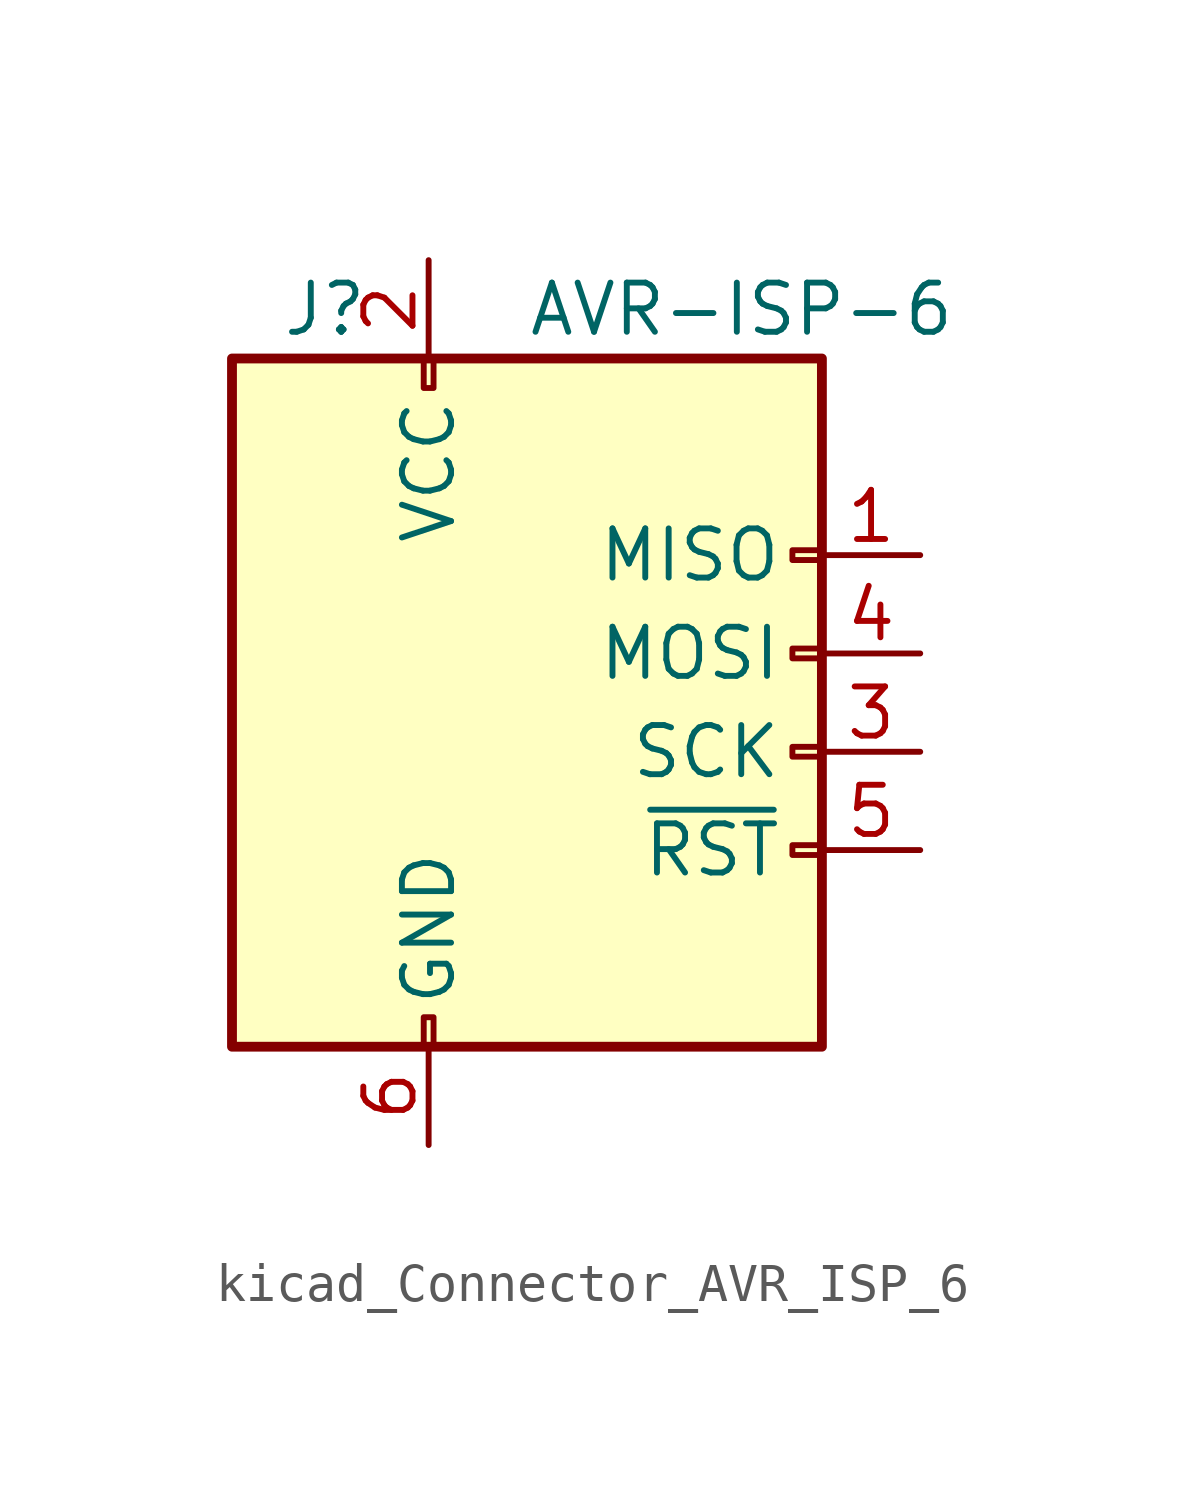
<source format=kicad_sym>
(kicad_symbol_lib
  (version 20220914)
  (generator kicad_symbol_editor)
  (symbol "kicad_Connector_AVR_ISP_6"
    (pin_names
      (offset 1.016))
    (property "Reference" "J"
      (at -6.35 11.43 0)
      (effects (font (size 1.27 1.27)) (justify left)))
    (property "Value" "AVR-ISP-6"
      (at 0 11.43 0)
      (effects (font (size 1.27 1.27)) (justify left)))
    (symbol "kicad_Connector_AVR_ISP_6_0_1"
      (rectangle (start -2.667 -6.858) (end -2.413 -7.62) (stroke (width 0) (type default)) (fill (type none)))
      (rectangle (start -2.667 10.16) (end -2.413 9.398) (stroke (width 0) (type default)) (fill (type none)))
      (rectangle (start 7.62 -2.413) (end 6.858 -2.667) (stroke (width 0) (type default)) (fill (type none)))
      (rectangle (start 7.62 0.127) (end 6.858 -0.127) (stroke (width 0) (type default)) (fill (type none)))
      (rectangle (start 7.62 2.667) (end 6.858 2.413) (stroke (width 0) (type default)) (fill (type none)))
      (rectangle (start 7.62 5.207) (end 6.858 4.953) (stroke (width 0) (type default)) (fill (type none)))
      (rectangle (start 7.62 10.16) (end -7.62 -7.62) (stroke (width 0.254) (type default)) (fill (type background))))
    (symbol "kicad_Connector_AVR_ISP_6_1_1"
      (pin passive line (at 10.16 5.08 180) (length 2.54) (name "MISO" (effects (font (size 1.27 1.27)))) (number "1" (effects (font (size 1.27 1.27)))))
      (pin passive line (at -2.54 12.7 270) (length 2.54) (name "VCC" (effects (font (size 1.27 1.27)))) (number "2" (effects (font (size 1.27 1.27)))))
      (pin passive line (at 10.16 0 180) (length 2.54) (name "SCK" (effects (font (size 1.27 1.27)))) (number "3" (effects (font (size 1.27 1.27)))))
      (pin passive line (at 10.16 2.54 180) (length 2.54) (name "MOSI" (effects (font (size 1.27 1.27)))) (number "4" (effects (font (size 1.27 1.27)))))
      (pin passive line (at 10.16 -2.54 180) (length 2.54) (name "~{RST}" (effects (font (size 1.27 1.27)))) (number "5" (effects (font (size 1.27 1.27)))))
      (pin passive line (at -2.54 -10.16 90) (length 2.54) (name "GND" (effects (font (size 1.27 1.27)))) (number "6" (effects (font (size 1.27 1.27))))))))
</source>
